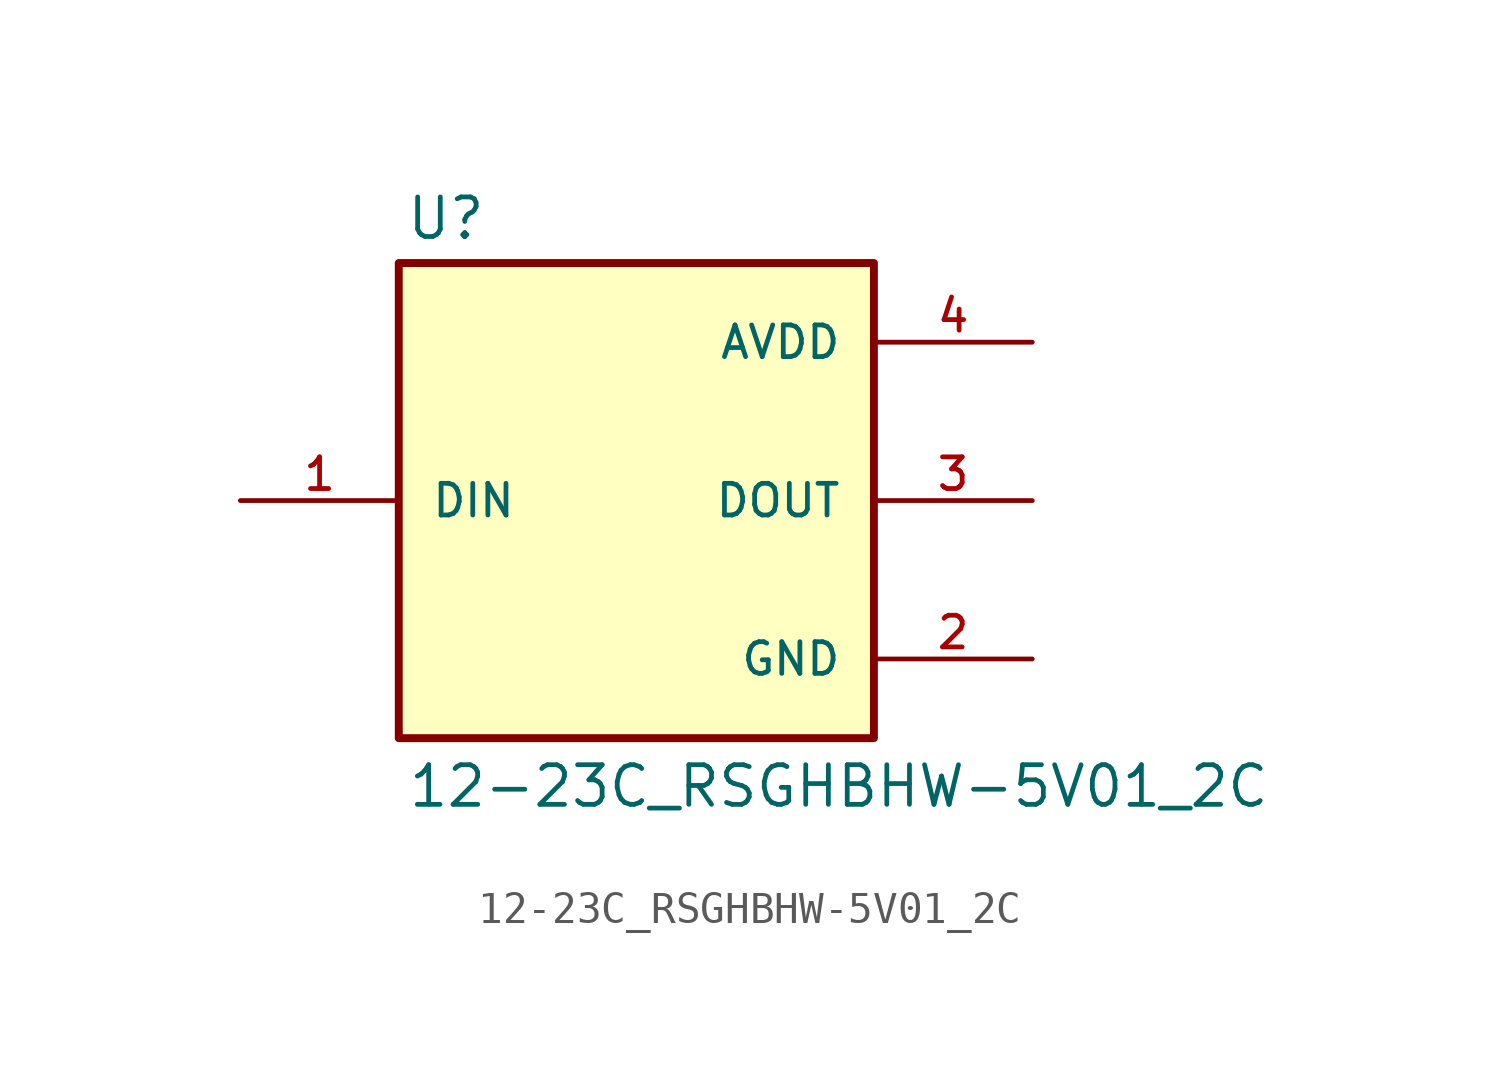
<source format=kicad_sym>
(kicad_symbol_lib
  (version 20231120)
  (generator "kicad_symbol_editor")
  (generator_version "8.0")
  (symbol "12-23C_RSGHBHW-5V01_2C"
    (pin_names
      (offset 1.016))
    (property "Reference" "U"
      (at -7.417 8.306 0)
      (effects (font (size 1.27 1.27)) (justify left bottom)))
    (property "Value" "12-23C_RSGHBHW-5V01_2C"
      (at -7.366 -9.906 0)
      (effects (font (size 1.27 1.27)) (justify left bottom)))
    (symbol "12-23C_RSGHBHW-5V01_2C_0_0"
      (rectangle (start -7.62 7.62) (end 7.62 -7.62) (stroke (width 0.254) (type default)) (fill (type background)))
      (pin input line (at -12.7 0 0) (length 5.08) (name "DIN" (effects (font (size 1.016 1.016)))) (number "1" (effects (font (size 1.016 1.016)))))
      (pin power_in line (at 12.7 -5.08 180) (length 5.08) (name "GND" (effects (font (size 1.016 1.016)))) (number "2" (effects (font (size 1.016 1.016)))))
      (pin output line (at 12.7 0 180) (length 5.08) (name "DOUT" (effects (font (size 1.016 1.016)))) (number "3" (effects (font (size 1.016 1.016))))))
    (symbol "12-23C_RSGHBHW-5V01_2C_1_0"
      (pin passive line (at 12.7 5.08 180) (length 5.08) (name "AVDD" (effects (font (size 1.016 1.016)))) (number "4" (effects (font (size 1.016 1.016))))))))
</source>
